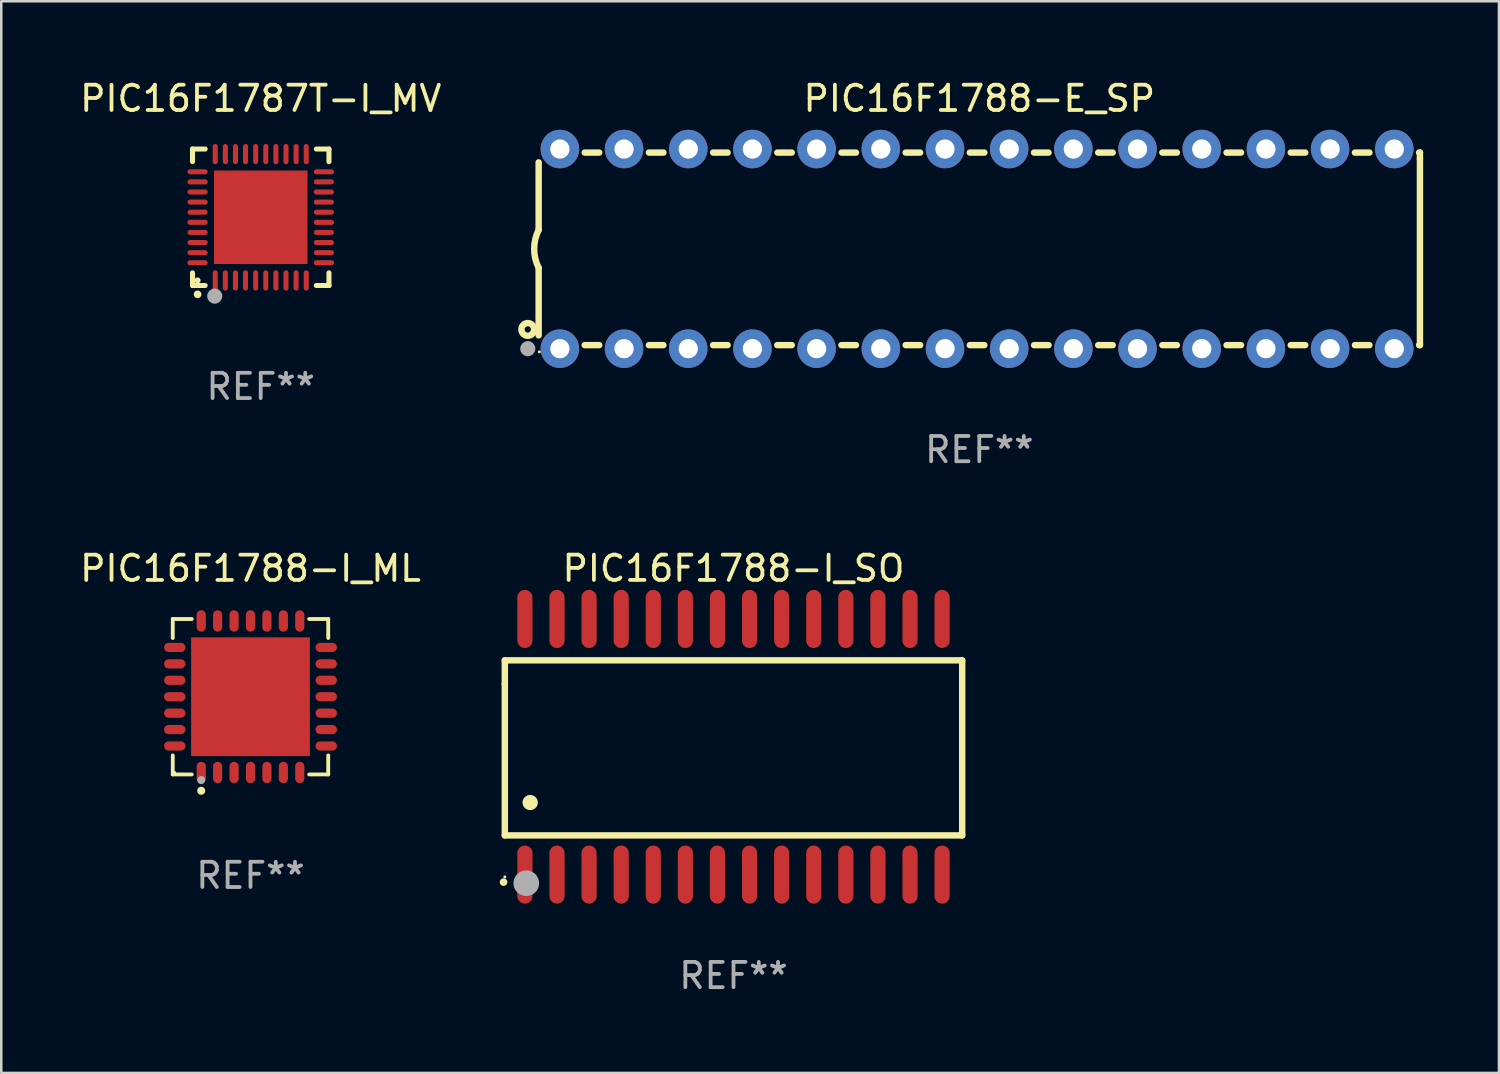
<source format=kicad_pcb>
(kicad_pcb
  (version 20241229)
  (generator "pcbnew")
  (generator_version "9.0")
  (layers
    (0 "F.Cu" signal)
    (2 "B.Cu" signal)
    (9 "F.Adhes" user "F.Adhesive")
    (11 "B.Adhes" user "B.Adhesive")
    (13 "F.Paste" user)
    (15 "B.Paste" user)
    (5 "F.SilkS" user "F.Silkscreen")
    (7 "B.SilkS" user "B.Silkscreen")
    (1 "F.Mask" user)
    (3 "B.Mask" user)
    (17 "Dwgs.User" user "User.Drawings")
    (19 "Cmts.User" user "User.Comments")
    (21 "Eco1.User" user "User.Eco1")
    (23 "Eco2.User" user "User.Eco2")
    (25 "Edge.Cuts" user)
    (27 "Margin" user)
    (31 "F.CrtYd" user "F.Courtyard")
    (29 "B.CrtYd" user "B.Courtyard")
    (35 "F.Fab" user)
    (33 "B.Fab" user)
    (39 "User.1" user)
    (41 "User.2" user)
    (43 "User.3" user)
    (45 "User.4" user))
  (footprint "PIC16F1788-E_SP"
    (layer "F.Cu")
    (at 35.704 6.798)
    (property "Reference" "PIC16F1788-E_SP" (at 0 -5.95 0) (layer "F.SilkS") (effects (font (size 1 1) (thickness 0.15))))
    (attr through_hole)
    (fp_line (start -17.438 0.75) (end -17.438 3.423) (stroke (width 0.254) (type solid)) (layer "F.SilkS"))
    (fp_line (start -17.438 -3.423) (end -17.438 -0.75) (stroke (width 0.254) (type solid)) (layer "F.SilkS"))
    (fp_line (start -15.615 3.81) (end -15.041 3.81) (stroke (width 0.254) (type solid)) (layer "F.SilkS"))
    (fp_line (start -15.041 -3.81) (end -15.614 -3.81) (stroke (width 0.254) (type solid)) (layer "F.SilkS"))
    (fp_line (start -13.075 3.81) (end -12.501 3.81) (stroke (width 0.254) (type solid)) (layer "F.SilkS"))
    (fp_line (start -12.501 -3.81) (end -13.074 -3.81) (stroke (width 0.254) (type solid)) (layer "F.SilkS"))
    (fp_line (start -10.535 3.81) (end -9.961 3.81) (stroke (width 0.254) (type solid)) (layer "F.SilkS"))
    (fp_line (start -9.961 -3.81) (end -10.534 -3.81) (stroke (width 0.254) (type solid)) (layer "F.SilkS"))
    (fp_line (start -7.995 3.81) (end -7.421 3.81) (stroke (width 0.254) (type solid)) (layer "F.SilkS"))
    (fp_line (start -7.421 -3.81) (end -7.995 -3.81) (stroke (width 0.254) (type solid)) (layer "F.SilkS"))
    (fp_line (start -5.455 3.81) (end -4.881 3.81) (stroke (width 0.254) (type solid)) (layer "F.SilkS"))
    (fp_line (start -4.881 -3.81) (end -5.455 -3.81) (stroke (width 0.254) (type solid)) (layer "F.SilkS"))
    (fp_line (start -2.915 3.81) (end -2.341 3.81) (stroke (width 0.254) (type solid)) (layer "F.SilkS"))
    (fp_line (start -2.341 -3.81) (end -2.915 -3.81) (stroke (width 0.254) (type solid)) (layer "F.SilkS"))
    (fp_line (start -0.375 3.81) (end 0.199 3.81) (stroke (width 0.254) (type solid)) (layer "F.SilkS"))
    (fp_line (start 0.199 -3.81) (end -0.375 -3.81) (stroke (width 0.254) (type solid)) (layer "F.SilkS"))
    (fp_line (start 2.165 3.81) (end 2.739 3.81) (stroke (width 0.254) (type solid)) (layer "F.SilkS"))
    (fp_line (start 2.739 -3.81) (end 2.165 -3.81) (stroke (width 0.254) (type solid)) (layer "F.SilkS"))
    (fp_line (start 4.705 3.81) (end 5.279 3.81) (stroke (width 0.254) (type solid)) (layer "F.SilkS"))
    (fp_line (start 5.279 -3.81) (end 4.705 -3.81) (stroke (width 0.254) (type solid)) (layer "F.SilkS"))
    (fp_line (start 7.245 3.81) (end 7.819 3.81) (stroke (width 0.254) (type solid)) (layer "F.SilkS"))
    (fp_line (start 7.819 -3.81) (end 7.245 -3.81) (stroke (width 0.254) (type solid)) (layer "F.SilkS"))
    (fp_line (start 9.785 3.81) (end 10.359 3.81) (stroke (width 0.254) (type solid)) (layer "F.SilkS"))
    (fp_line (start 10.359 -3.81) (end 9.785 -3.81) (stroke (width 0.254) (type solid)) (layer "F.SilkS"))
    (fp_line (start 12.325 3.81) (end 12.899 3.81) (stroke (width 0.254) (type solid)) (layer "F.SilkS"))
    (fp_line (start 12.899 -3.81) (end 12.325 -3.81) (stroke (width 0.254) (type solid)) (layer "F.SilkS"))
    (fp_line (start 14.865 3.81) (end 15.439 3.81) (stroke (width 0.254) (type solid)) (layer "F.SilkS"))
    (fp_line (start 15.439 -3.81) (end 14.865 -3.81) (stroke (width 0.254) (type solid)) (layer "F.SilkS"))
    (fp_line (start 17.405 3.81) (end 17.438 3.81) (stroke (width 0.254) (type solid)) (layer "F.SilkS"))
    (fp_line (start 17.438 -3.81) (end 17.405 -3.81) (stroke (width 0.254) (type solid)) (layer "F.SilkS"))
    (fp_line (start 17.438 -3.556) (end 17.438 -3.81) (stroke (width 0.254) (type solid)) (layer "F.SilkS"))
    (fp_line (start 17.438 3.81) (end 17.438 -3.556) (stroke (width 0.254) (type solid)) (layer "F.SilkS"))
    (fp_arc (start -17.437986 0.749657) (mid -17.614887 -0.000024) (end -17.437783 -0.749657) (stroke (width 0.254001) (type solid)) (layer "F.SilkS"))
    (fp_circle (center -17.868 3.188) (end -17.743 3.188) (stroke (width 0.254) (type solid)) (fill no) (layer "F.SilkS"))
    (fp_circle (center -17.411 4.077) (end -17.381 4.077) (stroke (width 0.06) (type solid)) (fill no) (layer "F.SilkS"))
    (fp_circle (center -17.868 3.95) (end -17.718 3.95) (stroke (width 0.3) (type solid)) (fill no) (layer "F.Fab"))
    (fp_text user "REF**" (at 0 7.95 0) (layer "F.Fab") (effects (font (size 1 1) (thickness 0.15))))
    (pad "1" thru_hole circle (at -16.598 3.95) (size 1.524 1.524) (drill 0.762) (layers "*.Cu" "*.Mask"))
    (pad "2" thru_hole circle (at -14.058 3.95) (size 1.524 1.524) (drill 0.762) (layers "*.Cu" "*.Mask"))
    (pad "3" thru_hole circle (at -11.518 3.95) (size 1.524 1.524) (drill 0.762) (layers "*.Cu" "*.Mask"))
    (pad "4" thru_hole circle (at -8.978 3.95) (size 1.524 1.524) (drill 0.762) (layers "*.Cu" "*.Mask"))
    (pad "5" thru_hole circle (at -6.438 3.95) (size 1.524 1.524) (drill 0.762) (layers "*.Cu" "*.Mask"))
    (pad "6" thru_hole circle (at -3.898 3.95) (size 1.524 1.524) (drill 0.762) (layers "*.Cu" "*.Mask"))
    (pad "7" thru_hole circle (at -1.358 3.95) (size 1.524 1.524) (drill 0.762) (layers "*.Cu" "*.Mask"))
    (pad "8" thru_hole circle (at 1.182 3.95) (size 1.524 1.524) (drill 0.762) (layers "*.Cu" "*.Mask"))
    (pad "9" thru_hole circle (at 3.722 3.95) (size 1.524 1.524) (drill 0.762) (layers "*.Cu" "*.Mask"))
    (pad "10" thru_hole circle (at 6.262 3.95) (size 1.524 1.524) (drill 0.762) (layers "*.Cu" "*.Mask"))
    (pad "11" thru_hole circle (at 8.802 3.95) (size 1.524 1.524) (drill 0.762) (layers "*.Cu" "*.Mask"))
    (pad "12" thru_hole circle (at 11.342 3.95) (size 1.524 1.524) (drill 0.762) (layers "*.Cu" "*.Mask"))
    (pad "13" thru_hole circle (at 13.882 3.95) (size 1.524 1.524) (drill 0.762) (layers "*.Cu" "*.Mask"))
    (pad "14" thru_hole circle (at 16.422 3.95) (size 1.524 1.524) (drill 0.762) (layers "*.Cu" "*.Mask"))
    (pad "15" thru_hole circle (at 16.422 -3.95) (size 1.524 1.524) (drill 0.762) (layers "*.Cu" "*.Mask"))
    (pad "16" thru_hole circle (at 13.882 -3.95) (size 1.524 1.524) (drill 0.762) (layers "*.Cu" "*.Mask"))
    (pad "17" thru_hole circle (at 11.342 -3.95) (size 1.524 1.524) (drill 0.762) (layers "*.Cu" "*.Mask"))
    (pad "18" thru_hole circle (at 8.802 -3.95) (size 1.524 1.524) (drill 0.762) (layers "*.Cu" "*.Mask"))
    (pad "19" thru_hole circle (at 6.262 -3.95) (size 1.524 1.524) (drill 0.762) (layers "*.Cu" "*.Mask"))
    (pad "20" thru_hole circle (at 3.722 -3.95) (size 1.524 1.524) (drill 0.762) (layers "*.Cu" "*.Mask"))
    (pad "21" thru_hole circle (at 1.182 -3.95) (size 1.524 1.524) (drill 0.762) (layers "*.Cu" "*.Mask"))
    (pad "22" thru_hole circle (at -1.358 -3.95) (size 1.524 1.524) (drill 0.762) (layers "*.Cu" "*.Mask"))
    (pad "23" thru_hole circle (at -3.898 -3.95) (size 1.524 1.524) (drill 0.762) (layers "*.Cu" "*.Mask"))
    (pad "24" thru_hole circle (at -6.438 -3.95) (size 1.524 1.524) (drill 0.762) (layers "*.Cu" "*.Mask"))
    (pad "25" thru_hole circle (at -8.978 -3.95) (size 1.524 1.524) (drill 0.762) (layers "*.Cu" "*.Mask"))
    (pad "26" thru_hole circle (at -11.517 -3.95) (size 1.524 1.524) (drill 0.762) (layers "*.Cu" "*.Mask"))
    (pad "27" thru_hole circle (at -14.057 -3.95) (size 1.524 1.524) (drill 0.762) (layers "*.Cu" "*.Mask"))
    (pad "28" thru_hole circle (at -16.597 -3.95) (size 1.524 1.524) (drill 0.762) (layers "*.Cu" "*.Mask")))
  (footprint "PIC16F1788-I_ML"
    (layer "F.Cu")
    (at 6.863 24.521)
    (property "Reference" "PIC16F1788-I_ML" (at 0 -5.076 0) (layer "F.SilkS") (effects (font (size 1 1) (thickness 0.15))))
    (attr through_hole)
    (fp_line (start -3.076 -3.076) (end -2.323 -3.076) (stroke (width 0.152) (type solid)) (layer "F.SilkS"))
    (fp_line (start -3.076 -2.323) (end -3.076 -3.076) (stroke (width 0.152) (type solid)) (layer "F.SilkS"))
    (fp_line (start -3.076 2.323) (end -3.076 3.076) (stroke (width 0.152) (type solid)) (layer "F.SilkS"))
    (fp_line (start -3.076 3.076) (end -2.323 3.076) (stroke (width 0.152) (type solid)) (layer "F.SilkS"))
    (fp_line (start 3.076 -3.076) (end 2.323 -3.076) (stroke (width 0.152) (type solid)) (layer "F.SilkS"))
    (fp_line (start 3.076 -2.323) (end 3.076 -3.076) (stroke (width 0.152) (type solid)) (layer "F.SilkS"))
    (fp_line (start 3.076 2.323) (end 3.076 3.076) (stroke (width 0.152) (type solid)) (layer "F.SilkS"))
    (fp_line (start 3.076 3.076) (end 2.323 3.076) (stroke (width 0.152) (type solid)) (layer "F.SilkS"))
    (fp_circle (center -3 3) (end -2.97 3) (stroke (width 0.06) (type solid)) (fill no) (layer "F.SilkS"))
    (fp_circle (center -1.95 3.722) (end -1.87 3.722) (stroke (width 0.16) (type solid)) (fill no) (layer "F.SilkS"))
    (fp_circle (center -1.95 3.3) (end -1.87 3.3) (stroke (width 0.16) (type solid)) (fill no) (layer "F.Fab"))
    (fp_text user "REF**" (at 0 7.076 0) (layer "F.Fab") (effects (font (size 1 1) (thickness 0.15))))
    (pad "1" smd oval (at -1.95 2.998) (size 0.364 0.847) (layers "F.Cu" "F.Mask" "F.Paste"))
    (pad "2" smd oval (at -1.3 2.998) (size 0.364 0.847) (layers "F.Cu" "F.Mask" "F.Paste"))
    (pad "3" smd oval (at -0.65 2.998) (size 0.364 0.847) (layers "F.Cu" "F.Mask" "F.Paste"))
    (pad "4" smd oval (at 0 2.998) (size 0.364 0.847) (layers "F.Cu" "F.Mask" "F.Paste"))
    (pad "5" smd oval (at 0.65 2.998) (size 0.364 0.847) (layers "F.Cu" "F.Mask" "F.Paste"))
    (pad "6" smd oval (at 1.3 2.998) (size 0.364 0.847) (layers "F.Cu" "F.Mask" "F.Paste"))
    (pad "7" smd oval (at 1.95 2.998) (size 0.364 0.847) (layers "F.Cu" "F.Mask" "F.Paste"))
    (pad "8" smd oval (at 2.998 1.95) (size 0.847 0.364) (layers "F.Cu" "F.Mask" "F.Paste"))
    (pad "9" smd oval (at 2.998 1.3) (size 0.847 0.364) (layers "F.Cu" "F.Mask" "F.Paste"))
    (pad "10" smd oval (at 2.998 0.65) (size 0.847 0.364) (layers "F.Cu" "F.Mask" "F.Paste"))
    (pad "11" smd oval (at 2.998 0) (size 0.847 0.364) (layers "F.Cu" "F.Mask" "F.Paste"))
    (pad "12" smd oval (at 2.998 -0.65) (size 0.847 0.364) (layers "F.Cu" "F.Mask" "F.Paste"))
    (pad "13" smd oval (at 2.998 -1.3) (size 0.847 0.364) (layers "F.Cu" "F.Mask" "F.Paste"))
    (pad "14" smd oval (at 2.998 -1.95) (size 0.847 0.364) (layers "F.Cu" "F.Mask" "F.Paste"))
    (pad "15" smd oval (at 1.95 -2.998) (size 0.364 0.847) (layers "F.Cu" "F.Mask" "F.Paste"))
    (pad "16" smd oval (at 1.3 -2.998) (size 0.364 0.847) (layers "F.Cu" "F.Mask" "F.Paste"))
    (pad "17" smd oval (at 0.65 -2.998) (size 0.364 0.847) (layers "F.Cu" "F.Mask" "F.Paste"))
    (pad "18" smd oval (at 0 -2.998) (size 0.364 0.847) (layers "F.Cu" "F.Mask" "F.Paste"))
    (pad "19" smd oval (at -0.65 -2.998) (size 0.364 0.847) (layers "F.Cu" "F.Mask" "F.Paste"))
    (pad "20" smd oval (at -1.3 -2.998) (size 0.364 0.847) (layers "F.Cu" "F.Mask" "F.Paste"))
    (pad "21" smd oval (at -1.95 -2.998) (size 0.364 0.847) (layers "F.Cu" "F.Mask" "F.Paste"))
    (pad "22" smd oval (at -2.998 -1.95) (size 0.847 0.364) (layers "F.Cu" "F.Mask" "F.Paste"))
    (pad "23" smd oval (at -2.998 -1.3) (size 0.847 0.364) (layers "F.Cu" "F.Mask" "F.Paste"))
    (pad "24" smd oval (at -2.998 -0.65) (size 0.847 0.364) (layers "F.Cu" "F.Mask" "F.Paste"))
    (pad "25" smd oval (at -2.998 0) (size 0.847 0.364) (layers "F.Cu" "F.Mask" "F.Paste"))
    (pad "26" smd oval (at -2.998 0.65) (size 0.847 0.364) (layers "F.Cu" "F.Mask" "F.Paste"))
    (pad "27" smd oval (at -2.998 1.3) (size 0.847 0.364) (layers "F.Cu" "F.Mask" "F.Paste"))
    (pad "28" smd oval (at -2.998 1.95) (size 0.847 0.364) (layers "F.Cu" "F.Mask" "F.Paste"))
    (pad "29" smd rect (at 0 0) (size 4.7 4.7) (layers "F.Cu" "F.Mask" "F.Paste")))
  (footprint "PIC16F1788-I_SO"
    (layer "F.Cu")
    (at 25.977 26.502)
    (property "Reference" "PIC16F1788-I_SO" (at 0 -7.058 0) (layer "F.SilkS") (effects (font (size 1 1) (thickness 0.15))))
    (attr through_hole)
    (fp_line (start -9.05 -3.42) (end 9.05 -3.42) (stroke (width 0.254) (type solid)) (layer "F.SilkS"))
    (fp_line (start -9.05 -2.492) (end -9.05 -3.42) (stroke (width 0.254) (type solid)) (layer "F.SilkS"))
    (fp_line (start -9.05 3.508) (end -9.05 -2.492) (stroke (width 0.254) (type solid)) (layer "F.SilkS"))
    (fp_line (start 9.05 -3.42) (end 9.05 3.508) (stroke (width 0.254) (type solid)) (layer "F.SilkS"))
    (fp_line (start 9.05 3.508) (end -9.05 3.508) (stroke (width 0.254) (type solid)) (layer "F.SilkS"))
    (fp_arc (start -9.100838 5.35649) (mid -9.099568 5.356485) (end -9.098298 5.35649) (stroke (width 0.3) (type solid)) (layer "F.SilkS"))
    (fp_arc (start -8.049276 2.206883) (mid -8.046736 2.206872) (end -8.044196 2.206883) (stroke (width 0.6) (type solid)) (layer "F.SilkS"))
    (fp_circle (center -9.05 5.15) (end -9.02 5.15) (stroke (width 0.06) (type solid)) (fill no) (layer "F.SilkS"))
    (fp_circle (center -8.2 5.4) (end -7.946 5.4) (stroke (width 0.508) (type solid)) (fill no) (layer "F.Fab"))
    (fp_text user "REF**" (at 0 9.058 0) (layer "F.Fab") (effects (font (size 1 1) (thickness 0.15))))
    (pad "1" smd oval (at -8.255 5.058 180) (size 0.6 2.3) (layers "F.Cu" "F.Mask" "F.Paste"))
    (pad "2" smd oval (at -6.985 5.058 180) (size 0.6 2.3) (layers "F.Cu" "F.Mask" "F.Paste"))
    (pad "3" smd oval (at -5.715 5.058 180) (size 0.6 2.3) (layers "F.Cu" "F.Mask" "F.Paste"))
    (pad "4" smd oval (at -4.445 5.058 180) (size 0.6 2.3) (layers "F.Cu" "F.Mask" "F.Paste"))
    (pad "5" smd oval (at -3.175 5.058 180) (size 0.6 2.3) (layers "F.Cu" "F.Mask" "F.Paste"))
    (pad "6" smd oval (at -1.905 5.058 180) (size 0.6 2.3) (layers "F.Cu" "F.Mask" "F.Paste"))
    (pad "7" smd oval (at -0.635 5.058 180) (size 0.6 2.3) (layers "F.Cu" "F.Mask" "F.Paste"))
    (pad "8" smd oval (at 0.635 5.058 180) (size 0.6 2.3) (layers "F.Cu" "F.Mask" "F.Paste"))
    (pad "9" smd oval (at 1.905 5.058 180) (size 0.6 2.3) (layers "F.Cu" "F.Mask" "F.Paste"))
    (pad "10" smd oval (at 3.175 5.058 180) (size 0.6 2.3) (layers "F.Cu" "F.Mask" "F.Paste"))
    (pad "11" smd oval (at 4.445 5.058 180) (size 0.6 2.3) (layers "F.Cu" "F.Mask" "F.Paste"))
    (pad "12" smd oval (at 5.715 5.058 180) (size 0.6 2.3) (layers "F.Cu" "F.Mask" "F.Paste"))
    (pad "13" smd oval (at 6.985 5.058 180) (size 0.6 2.3) (layers "F.Cu" "F.Mask" "F.Paste"))
    (pad "14" smd oval (at 8.255 5.058 180) (size 0.6 2.3) (layers "F.Cu" "F.Mask" "F.Paste"))
    (pad "15" smd oval (at 8.255 -5.058 180) (size 0.6 2.3) (layers "F.Cu" "F.Mask" "F.Paste"))
    (pad "16" smd oval (at 6.985 -5.058 180) (size 0.6 2.3) (layers "F.Cu" "F.Mask" "F.Paste"))
    (pad "17" smd oval (at 5.715 -5.058 180) (size 0.6 2.3) (layers "F.Cu" "F.Mask" "F.Paste"))
    (pad "18" smd oval (at 4.445 -5.058 180) (size 0.6 2.3) (layers "F.Cu" "F.Mask" "F.Paste"))
    (pad "19" smd oval (at 3.175 -5.058 180) (size 0.6 2.3) (layers "F.Cu" "F.Mask" "F.Paste"))
    (pad "20" smd oval (at 1.905 -5.058 180) (size 0.6 2.3) (layers "F.Cu" "F.Mask" "F.Paste"))
    (pad "21" smd oval (at 0.635 -5.058 180) (size 0.6 2.3) (layers "F.Cu" "F.Mask" "F.Paste"))
    (pad "22" smd oval (at -0.635 -5.058 180) (size 0.6 2.3) (layers "F.Cu" "F.Mask" "F.Paste"))
    (pad "23" smd oval (at -1.905 -5.058 180) (size 0.6 2.3) (layers "F.Cu" "F.Mask" "F.Paste"))
    (pad "24" smd oval (at -3.175 -5.058 180) (size 0.6 2.3) (layers "F.Cu" "F.Mask" "F.Paste"))
    (pad "25" smd oval (at -4.445 -5.058 180) (size 0.6 2.3) (layers "F.Cu" "F.Mask" "F.Paste"))
    (pad "26" smd oval (at -5.715 -5.058 180) (size 0.6 2.3) (layers "F.Cu" "F.Mask" "F.Paste"))
    (pad "27" smd oval (at -6.985 -5.058 180) (size 0.6 2.3) (layers "F.Cu" "F.Mask" "F.Paste"))
    (pad "28" smd oval (at -8.255 -5.058 180) (size 0.6 2.3) (layers "F.Cu" "F.Mask" "F.Paste")))
  (footprint "PIC16F1787T-I_MV"
    (layer "F.Cu")
    (at 7.268 5.548)
    (property "Reference" "PIC16F1787T-I_MV" (at 0 -4.7 0) (layer "F.SilkS") (effects (font (size 1 1) (thickness 0.15))))
    (attr through_hole)
    (fp_line (start -2.7 -2.7) (end -2.7 -2.2) (stroke (width 0.2) (type solid)) (layer "F.SilkS"))
    (fp_line (start -2.7 2.7) (end -2.7 2.2) (stroke (width 0.2) (type solid)) (layer "F.SilkS"))
    (fp_line (start -2.2 -2.7) (end -2.7 -2.7) (stroke (width 0.2) (type solid)) (layer "F.SilkS"))
    (fp_line (start -2.2 2.7) (end -2.7 2.7) (stroke (width 0.2) (type solid)) (layer "F.SilkS"))
    (fp_line (start 2.7 -2.7) (end 2.2 -2.7) (stroke (width 0.2) (type solid)) (layer "F.SilkS"))
    (fp_line (start 2.7 -2.2) (end 2.7 -2.7) (stroke (width 0.2) (type solid)) (layer "F.SilkS"))
    (fp_line (start 2.7 2.2) (end 2.7 2.7) (stroke (width 0.2) (type solid)) (layer "F.SilkS"))
    (fp_line (start 2.7 2.7) (end 2.2 2.7) (stroke (width 0.2) (type solid)) (layer "F.SilkS"))
    (fp_arc (start -2.499365 3.050546) (mid -2.498095 3.050541) (end -2.496825 3.050546) (stroke (width 0.3) (type solid)) (layer "F.SilkS"))
    (fp_circle (center -2.5 2.5) (end -2.44 2.5) (stroke (width 0.12) (type solid)) (fill no) (layer "F.SilkS"))
    (fp_circle (center -1.82 3.12) (end -1.67 3.12) (stroke (width 0.3) (type solid)) (fill no) (layer "F.Fab"))
    (fp_text user "REF**" (at 0 6.7 0) (layer "F.Fab") (effects (font (size 1 1) (thickness 0.15))))
    (pad "1" smd oval (at -1.8 2.499) (size 0.2 0.8) (layers "F.Cu" "F.Mask" "F.Paste"))
    (pad "2" smd oval (at -1.4 2.499) (size 0.2 0.8) (layers "F.Cu" "F.Mask" "F.Paste"))
    (pad "3" smd oval (at -1 2.499) (size 0.2 0.8) (layers "F.Cu" "F.Mask" "F.Paste"))
    (pad "4" smd oval (at -0.6 2.499) (size 0.2 0.8) (layers "F.Cu" "F.Mask" "F.Paste"))
    (pad "5" smd oval (at -0.2 2.499) (size 0.2 0.8) (layers "F.Cu" "F.Mask" "F.Paste"))
    (pad "6" smd oval (at 0.2 2.499) (size 0.2 0.8) (layers "F.Cu" "F.Mask" "F.Paste"))
    (pad "7" smd oval (at 0.6 2.499) (size 0.2 0.8) (layers "F.Cu" "F.Mask" "F.Paste"))
    (pad "8" smd oval (at 1 2.499) (size 0.2 0.8) (layers "F.Cu" "F.Mask" "F.Paste"))
    (pad "9" smd oval (at 1.4 2.499) (size 0.2 0.8) (layers "F.Cu" "F.Mask" "F.Paste"))
    (pad "10" smd oval (at 1.8 2.499) (size 0.2 0.8) (layers "F.Cu" "F.Mask" "F.Paste"))
    (pad "11" smd oval (at 2.499 1.8) (size 0.8 0.2) (layers "F.Cu" "F.Mask" "F.Paste"))
    (pad "12" smd oval (at 2.499 1.4) (size 0.8 0.2) (layers "F.Cu" "F.Mask" "F.Paste"))
    (pad "13" smd oval (at 2.499 1) (size 0.8 0.2) (layers "F.Cu" "F.Mask" "F.Paste"))
    (pad "14" smd oval (at 2.499 0.6) (size 0.8 0.2) (layers "F.Cu" "F.Mask" "F.Paste"))
    (pad "15" smd oval (at 2.499 0.2) (size 0.8 0.2) (layers "F.Cu" "F.Mask" "F.Paste"))
    (pad "16" smd oval (at 2.499 -0.2) (size 0.8 0.2) (layers "F.Cu" "F.Mask" "F.Paste"))
    (pad "17" smd oval (at 2.499 -0.6) (size 0.8 0.2) (layers "F.Cu" "F.Mask" "F.Paste"))
    (pad "18" smd oval (at 2.499 -1) (size 0.8 0.2) (layers "F.Cu" "F.Mask" "F.Paste"))
    (pad "19" smd oval (at 2.499 -1.4) (size 0.8 0.2) (layers "F.Cu" "F.Mask" "F.Paste"))
    (pad "20" smd oval (at 2.499 -1.8) (size 0.8 0.2) (layers "F.Cu" "F.Mask" "F.Paste"))
    (pad "21" smd oval (at 1.8 -2.499) (size 0.2 0.8) (layers "F.Cu" "F.Mask" "F.Paste"))
    (pad "22" smd oval (at 1.4 -2.499) (size 0.2 0.8) (layers "F.Cu" "F.Mask" "F.Paste"))
    (pad "23" smd oval (at 1 -2.499) (size 0.2 0.8) (layers "F.Cu" "F.Mask" "F.Paste"))
    (pad "24" smd oval (at 0.6 -2.499) (size 0.2 0.8) (layers "F.Cu" "F.Mask" "F.Paste"))
    (pad "25" smd oval (at 0.2 -2.499) (size 0.2 0.8) (layers "F.Cu" "F.Mask" "F.Paste"))
    (pad "26" smd oval (at -0.2 -2.499) (size 0.2 0.8) (layers "F.Cu" "F.Mask" "F.Paste"))
    (pad "27" smd oval (at -0.6 -2.499) (size 0.2 0.8) (layers "F.Cu" "F.Mask" "F.Paste"))
    (pad "28" smd oval (at -1 -2.499) (size 0.2 0.8) (layers "F.Cu" "F.Mask" "F.Paste"))
    (pad "29" smd oval (at -1.4 -2.499) (size 0.2 0.8) (layers "F.Cu" "F.Mask" "F.Paste"))
    (pad "30" smd oval (at -1.8 -2.499) (size 0.2 0.8) (layers "F.Cu" "F.Mask" "F.Paste"))
    (pad "31" smd oval (at -2.499 -1.8) (size 0.8 0.2) (layers "F.Cu" "F.Mask" "F.Paste"))
    (pad "32" smd oval (at -2.499 -1.4) (size 0.8 0.2) (layers "F.Cu" "F.Mask" "F.Paste"))
    (pad "33" smd oval (at -2.499 -1) (size 0.8 0.2) (layers "F.Cu" "F.Mask" "F.Paste"))
    (pad "34" smd oval (at -2.499 -0.6) (size 0.8 0.2) (layers "F.Cu" "F.Mask" "F.Paste"))
    (pad "35" smd oval (at -2.499 -0.2) (size 0.8 0.2) (layers "F.Cu" "F.Mask" "F.Paste"))
    (pad "36" smd oval (at -2.499 0.2) (size 0.8 0.2) (layers "F.Cu" "F.Mask" "F.Paste"))
    (pad "37" smd oval (at -2.499 0.6) (size 0.8 0.2) (layers "F.Cu" "F.Mask" "F.Paste"))
    (pad "38" smd oval (at -2.499 1) (size 0.8 0.2) (layers "F.Cu" "F.Mask" "F.Paste"))
    (pad "39" smd oval (at -2.499 1.4) (size 0.8 0.2) (layers "F.Cu" "F.Mask" "F.Paste"))
    (pad "40" smd oval (at -2.499 1.8) (size 0.8 0.2) (layers "F.Cu" "F.Mask" "F.Paste"))
    (pad "41" smd rect (at 0 0) (size 3.7 3.7) (layers "F.Cu" "F.Mask" "F.Paste")))
  (gr_rect
    (start -3 -3)
    (end 56.269 39.408)
    (stroke (width 0.1) (type default))
    (fill no)
    (layer "Edge.Cuts")))
</source>
